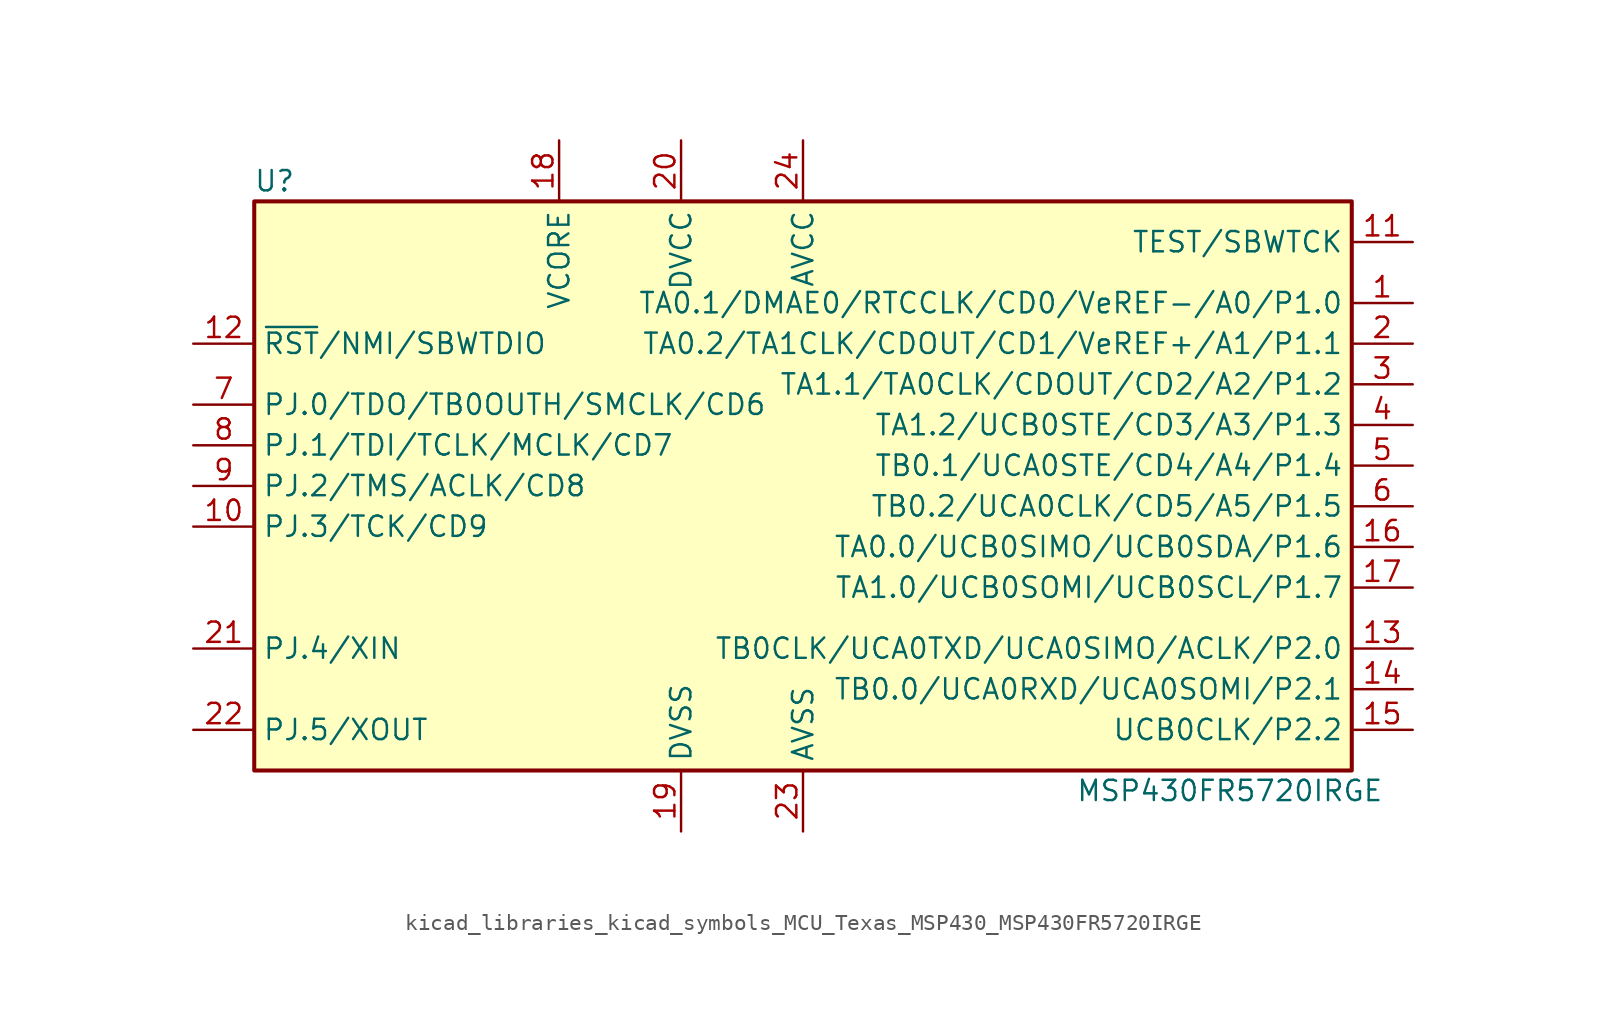
<source format=kicad_sym>
(kicad_symbol_lib
  (version 20220914)
  (generator kicad_symbol_editor)
  (symbol "kicad_libraries_kicad_symbols_MCU_Texas_MSP430_MSP430FR5720IRGE"
    (property "Reference" "U"
      (at -33.02 19.05 0)
      (effects (font (size 1.27 1.27))))
    (property "Value" "MSP430FR5720IRGE"
      (at 26.67 -19.05 0)
      (effects (font (size 1.27 1.27))))
    (symbol "kicad_libraries_kicad_symbols_MCU_Texas_MSP430_MSP430FR5720IRGE_0_1"
      (rectangle (start -34.29 17.78) (end 34.29 -17.78) (stroke (width 0.254) (type default)) (fill (type background))))
    (symbol "kicad_libraries_kicad_symbols_MCU_Texas_MSP430_MSP430FR5720IRGE_1_1"
      (pin bidirectional line (at 38.1 11.43 180) (length 3.81) (name "TA0.1/DMAE0/RTCCLK/CD0/VeREF-/A0/P1.0" (effects (font (size 1.27 1.27)))) (number "1" (effects (font (size 1.27 1.27)))))
      (pin bidirectional line (at -38.1 -2.54 0) (length 3.81) (name "PJ.3/TCK/CD9" (effects (font (size 1.27 1.27)))) (number "10" (effects (font (size 1.27 1.27)))))
      (pin input line (at 38.1 15.24 180) (length 3.81) (name "TEST/SBWTCK" (effects (font (size 1.27 1.27)))) (number "11" (effects (font (size 1.27 1.27)))))
      (pin input line (at -38.1 8.89 0) (length 3.81) (name "~{RST}/NMI/SBWTDIO" (effects (font (size 1.27 1.27)))) (number "12" (effects (font (size 1.27 1.27)))))
      (pin input line (at 38.1 -10.16 180) (length 3.81) (name "TB0CLK/UCA0TXD/UCA0SIMO/ACLK/P2.0" (effects (font (size 1.27 1.27)))) (number "13" (effects (font (size 1.27 1.27)))))
      (pin input line (at 38.1 -12.7 180) (length 3.81) (name "TB0.0/UCA0RXD/UCA0SOMI/P2.1" (effects (font (size 1.27 1.27)))) (number "14" (effects (font (size 1.27 1.27)))))
      (pin input line (at 38.1 -15.24 180) (length 3.81) (name "UCB0CLK/P2.2" (effects (font (size 1.27 1.27)))) (number "15" (effects (font (size 1.27 1.27)))))
      (pin input line (at 38.1 -3.81 180) (length 3.81) (name "TA0.0/UCB0SIMO/UCB0SDA/P1.6" (effects (font (size 1.27 1.27)))) (number "16" (effects (font (size 1.27 1.27)))))
      (pin input line (at 38.1 -6.35 180) (length 3.81) (name "TA1.0/UCB0SOMI/UCB0SCL/P1.7" (effects (font (size 1.27 1.27)))) (number "17" (effects (font (size 1.27 1.27)))))
      (pin input line (at -15.24 21.59 270) (length 3.81) (name "VCORE" (effects (font (size 1.27 1.27)))) (number "18" (effects (font (size 1.27 1.27)))))
      (pin power_in line (at -7.62 -21.59 90) (length 3.81) (name "DVSS" (effects (font (size 1.27 1.27)))) (number "19" (effects (font (size 1.27 1.27)))))
      (pin bidirectional line (at 38.1 8.89 180) (length 3.81) (name "TA0.2/TA1CLK/CDOUT/CD1/VeREF+/A1/P1.1" (effects (font (size 1.27 1.27)))) (number "2" (effects (font (size 1.27 1.27)))))
      (pin power_in line (at -7.62 21.59 270) (length 3.81) (name "DVCC" (effects (font (size 1.27 1.27)))) (number "20" (effects (font (size 1.27 1.27)))))
      (pin input line (at -38.1 -10.16 0) (length 3.81) (name "PJ.4/XIN" (effects (font (size 1.27 1.27)))) (number "21" (effects (font (size 1.27 1.27)))))
      (pin input line (at -38.1 -15.24 0) (length 3.81) (name "PJ.5/XOUT" (effects (font (size 1.27 1.27)))) (number "22" (effects (font (size 1.27 1.27)))))
      (pin power_in line (at 0 -21.59 90) (length 3.81) (name "AVSS" (effects (font (size 1.27 1.27)))) (number "23" (effects (font (size 1.27 1.27)))))
      (pin power_in line (at 0 21.59 270) (length 3.81) (name "AVCC" (effects (font (size 1.27 1.27)))) (number "24" (effects (font (size 1.27 1.27)))))
      (pin bidirectional line (at 38.1 6.35 180) (length 3.81) (name "TA1.1/TA0CLK/CDOUT/CD2/A2/P1.2" (effects (font (size 1.27 1.27)))) (number "3" (effects (font (size 1.27 1.27)))))
      (pin bidirectional line (at 38.1 3.81 180) (length 3.81) (name "TA1.2/UCB0STE/CD3/A3/P1.3" (effects (font (size 1.27 1.27)))) (number "4" (effects (font (size 1.27 1.27)))))
      (pin bidirectional line (at 38.1 1.27 180) (length 3.81) (name "TB0.1/UCA0STE/CD4/A4/P1.4" (effects (font (size 1.27 1.27)))) (number "5" (effects (font (size 1.27 1.27)))))
      (pin bidirectional line (at 38.1 -1.27 180) (length 3.81) (name "TB0.2/UCA0CLK/CD5/A5/P1.5" (effects (font (size 1.27 1.27)))) (number "6" (effects (font (size 1.27 1.27)))))
      (pin bidirectional line (at -38.1 5.08 0) (length 3.81) (name "PJ.0/TDO/TB0OUTH/SMCLK/CD6" (effects (font (size 1.27 1.27)))) (number "7" (effects (font (size 1.27 1.27)))))
      (pin bidirectional line (at -38.1 2.54 0) (length 3.81) (name "PJ.1/TDI/TCLK/MCLK/CD7" (effects (font (size 1.27 1.27)))) (number "8" (effects (font (size 1.27 1.27)))))
      (pin bidirectional line (at -38.1 0 0) (length 3.81) (name "PJ.2/TMS/ACLK/CD8" (effects (font (size 1.27 1.27)))) (number "9" (effects (font (size 1.27 1.27))))))))
</source>
